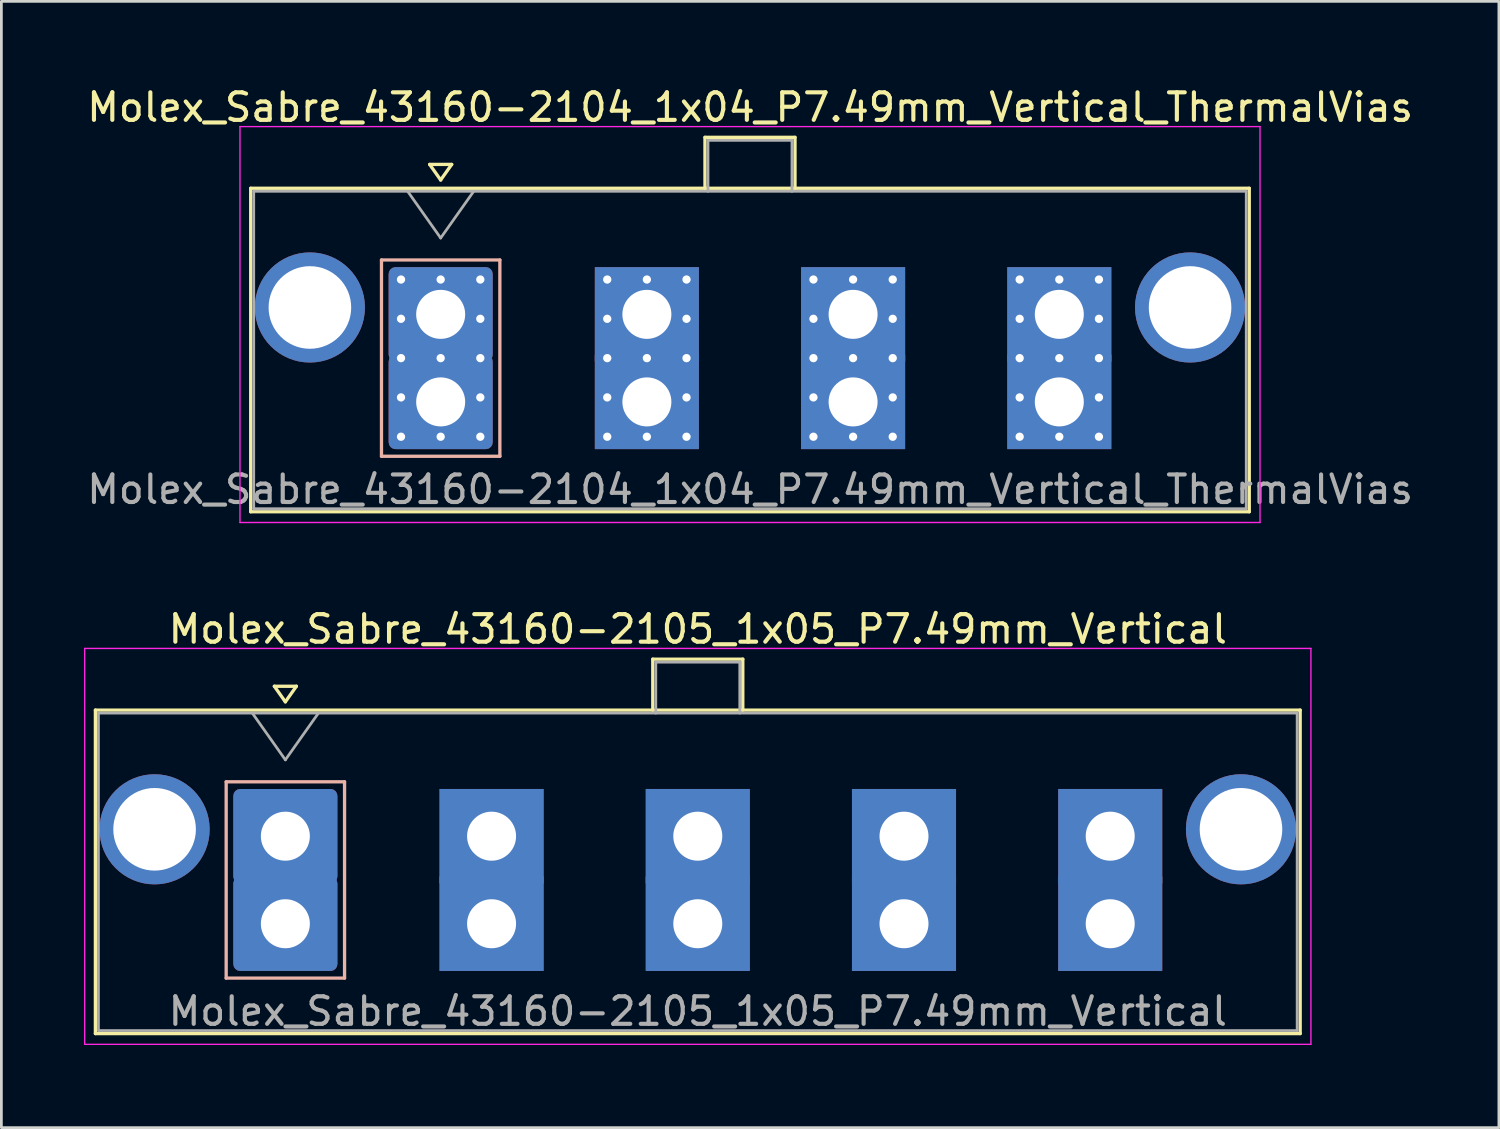
<source format=kicad_pcb>
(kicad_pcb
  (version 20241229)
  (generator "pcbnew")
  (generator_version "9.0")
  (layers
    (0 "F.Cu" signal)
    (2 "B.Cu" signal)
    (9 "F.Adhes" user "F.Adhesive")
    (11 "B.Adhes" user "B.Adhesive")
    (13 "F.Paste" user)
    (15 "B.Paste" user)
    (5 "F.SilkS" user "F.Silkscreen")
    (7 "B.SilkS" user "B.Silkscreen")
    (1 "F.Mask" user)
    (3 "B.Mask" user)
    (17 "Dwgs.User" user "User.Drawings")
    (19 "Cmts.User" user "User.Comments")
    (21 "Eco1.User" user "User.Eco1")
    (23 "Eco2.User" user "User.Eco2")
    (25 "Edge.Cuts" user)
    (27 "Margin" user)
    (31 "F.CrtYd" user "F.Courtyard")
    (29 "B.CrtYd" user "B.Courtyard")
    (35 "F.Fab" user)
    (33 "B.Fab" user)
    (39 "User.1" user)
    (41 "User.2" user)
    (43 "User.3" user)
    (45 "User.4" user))
  (footprint "Molex_Sabre_43160-2105_1x05_P7.49mm_Vertical"
    (layer "F.Cu")
    (at 7.315 30.502)
    (property "Reference" "Molex_Sabre_43160-2105_1x05_P7.49mm_Vertical" (at 14.98 -10.7 0) (layer "F.SilkS") (effects (font (size 1 1) (thickness 0.15))))
    (attr through_hole)
    (fp_line (start -6.9 -7.76) (end -6.9 3.99) (stroke (width 0.12) (type solid)) (layer "F.SilkS"))
    (fp_line (start -6.9 3.99) (end 36.86 3.99) (stroke (width 0.12) (type solid)) (layer "F.SilkS"))
    (fp_line (start -0.4 -8.626) (end 0 -8.06) (stroke (width 0.12) (type solid)) (layer "F.SilkS"))
    (fp_line (start 0 -8.06) (end 0.4 -8.626) (stroke (width 0.12) (type solid)) (layer "F.SilkS"))
    (fp_line (start 0.4 -8.626) (end -0.4 -8.626) (stroke (width 0.12) (type solid)) (layer "F.SilkS"))
    (fp_line (start 13.345 -9.61) (end 16.615 -9.61) (stroke (width 0.12) (type solid)) (layer "F.SilkS"))
    (fp_line (start 13.345 -7.76) (end 13.345 -9.61) (stroke (width 0.12) (type solid)) (layer "F.SilkS"))
    (fp_line (start 16.615 -9.61) (end 16.615 -7.76) (stroke (width 0.12) (type solid)) (layer "F.SilkS"))
    (fp_line (start 36.86 -7.76) (end -6.9 -7.76) (stroke (width 0.12) (type solid)) (layer "F.SilkS"))
    (fp_line (start 36.86 3.99) (end 36.86 -7.76) (stroke (width 0.12) (type solid)) (layer "F.SilkS"))
    (fp_line (start -2.15 -5.155) (end -2.15 1.975) (stroke (width 0.12) (type solid)) (layer "B.SilkS"))
    (fp_line (start -2.15 1.975) (end 2.15 1.975) (stroke (width 0.12) (type solid)) (layer "B.SilkS"))
    (fp_line (start 2.15 -5.155) (end -2.15 -5.155) (stroke (width 0.12) (type solid)) (layer "B.SilkS"))
    (fp_line (start 2.15 1.975) (end 2.15 -5.155) (stroke (width 0.12) (type solid)) (layer "B.SilkS"))
    (fp_line (start -7.29 -10) (end -7.29 4.38) (stroke (width 0.05) (type solid)) (layer "F.CrtYd"))
    (fp_line (start -7.29 4.38) (end 37.25 4.38) (stroke (width 0.05) (type solid)) (layer "F.CrtYd"))
    (fp_line (start 37.25 -10) (end -7.29 -10) (stroke (width 0.05) (type solid)) (layer "F.CrtYd"))
    (fp_line (start 37.25 4.38) (end 37.25 -10) (stroke (width 0.05) (type solid)) (layer "F.CrtYd"))
    (fp_line (start -6.79 -7.65) (end -6.79 3.88) (stroke (width 0.1) (type solid)) (layer "F.Fab"))
    (fp_line (start -6.79 3.88) (end 36.75 3.88) (stroke (width 0.1) (type solid)) (layer "F.Fab"))
    (fp_line (start -1.2 -7.65) (end 0 -5.953) (stroke (width 0.1) (type solid)) (layer "F.Fab"))
    (fp_line (start 0 -5.953) (end 1.2 -7.65) (stroke (width 0.1) (type solid)) (layer "F.Fab"))
    (fp_line (start 13.455 -9.5) (end 16.505 -9.5) (stroke (width 0.1) (type solid)) (layer "F.Fab"))
    (fp_line (start 13.455 -7.65) (end 13.455 -9.5) (stroke (width 0.1) (type solid)) (layer "F.Fab"))
    (fp_line (start 16.505 -9.5) (end 16.505 -7.65) (stroke (width 0.1) (type solid)) (layer "F.Fab"))
    (fp_line (start 36.75 -7.65) (end -6.79 -7.65) (stroke (width 0.1) (type solid)) (layer "F.Fab"))
    (fp_line (start 36.75 3.88) (end 36.75 -7.65) (stroke (width 0.1) (type solid)) (layer "F.Fab"))
    (fp_text user "${REFERENCE}" (at 14.98 3.18 0) (layer "F.Fab") (effects (font (size 1 1) (thickness 0.15))))
    (pad "" thru_hole circle (at -4.75 -3.43) (size 4 4) (drill 3) (layers "*.Cu" "*.Mask"))
    (pad "" thru_hole circle (at 34.71 -3.43) (size 4 4) (drill 3) (layers "*.Cu" "*.Mask"))
    (pad "1" thru_hole roundrect (at 0 -3.18) (size 3.78 3.43) (drill 1.78) (layers "*.Cu" "*.Mask") (roundrect_rratio 0.073))
    (pad "1" thru_hole roundrect (at 0 0) (size 3.78 3.43) (drill 1.78) (layers "*.Cu" "*.Mask") (roundrect_rratio 0.073))
    (pad "2" thru_hole rect (at 7.49 -3.18) (size 3.78 3.43) (drill 1.78) (layers "*.Cu" "*.Mask"))
    (pad "2" thru_hole rect (at 7.49 0) (size 3.78 3.43) (drill 1.78) (layers "*.Cu" "*.Mask"))
    (pad "3" thru_hole rect (at 14.98 -3.18) (size 3.78 3.43) (drill 1.78) (layers "*.Cu" "*.Mask"))
    (pad "3" thru_hole rect (at 14.98 0) (size 3.78 3.43) (drill 1.78) (layers "*.Cu" "*.Mask"))
    (pad "4" thru_hole rect (at 22.47 -3.18) (size 3.78 3.43) (drill 1.78) (layers "*.Cu" "*.Mask"))
    (pad "4" thru_hole rect (at 22.47 0) (size 3.78 3.43) (drill 1.78) (layers "*.Cu" "*.Mask"))
    (pad "5" thru_hole rect (at 29.96 -3.18) (size 3.78 3.43) (drill 1.78) (layers "*.Cu" "*.Mask"))
    (pad "5" thru_hole rect (at 29.96 0) (size 3.78 3.43) (drill 1.78) (layers "*.Cu" "*.Mask")))
  (footprint "Molex_Sabre_43160-2104_1x04_P7.49mm_Vertical_ThermalVias"
    (layer "F.Cu")
    (at 12.956 11.548)
    (property "Reference" "Molex_Sabre_43160-2104_1x04_P7.49mm_Vertical_ThermalVias" (at 11.24 -10.7 0) (layer "F.SilkS") (effects (font (size 1 1) (thickness 0.15))))
    (attr through_hole)
    (fp_line (start -6.9 -7.76) (end -6.9 3.99) (stroke (width 0.12) (type solid)) (layer "F.SilkS"))
    (fp_line (start -6.9 3.99) (end 29.37 3.99) (stroke (width 0.12) (type solid)) (layer "F.SilkS"))
    (fp_line (start -0.4 -8.626) (end 0 -8.06) (stroke (width 0.12) (type solid)) (layer "F.SilkS"))
    (fp_line (start 0 -8.06) (end 0.4 -8.626) (stroke (width 0.12) (type solid)) (layer "F.SilkS"))
    (fp_line (start 0.4 -8.626) (end -0.4 -8.626) (stroke (width 0.12) (type solid)) (layer "F.SilkS"))
    (fp_line (start 9.6 -9.61) (end 12.87 -9.61) (stroke (width 0.12) (type solid)) (layer "F.SilkS"))
    (fp_line (start 9.6 -7.76) (end 9.6 -9.61) (stroke (width 0.12) (type solid)) (layer "F.SilkS"))
    (fp_line (start 12.87 -9.61) (end 12.87 -7.76) (stroke (width 0.12) (type solid)) (layer "F.SilkS"))
    (fp_line (start 29.37 -7.76) (end -6.9 -7.76) (stroke (width 0.12) (type solid)) (layer "F.SilkS"))
    (fp_line (start 29.37 3.99) (end 29.37 -7.76) (stroke (width 0.12) (type solid)) (layer "F.SilkS"))
    (fp_line (start -2.15 -5.155) (end -2.15 1.975) (stroke (width 0.12) (type solid)) (layer "B.SilkS"))
    (fp_line (start -2.15 1.975) (end 2.15 1.975) (stroke (width 0.12) (type solid)) (layer "B.SilkS"))
    (fp_line (start 2.15 -5.155) (end -2.15 -5.155) (stroke (width 0.12) (type solid)) (layer "B.SilkS"))
    (fp_line (start 2.15 1.975) (end 2.15 -5.155) (stroke (width 0.12) (type solid)) (layer "B.SilkS"))
    (fp_line (start -7.29 -10) (end -7.29 4.38) (stroke (width 0.05) (type solid)) (layer "F.CrtYd"))
    (fp_line (start -7.29 4.38) (end 29.76 4.38) (stroke (width 0.05) (type solid)) (layer "F.CrtYd"))
    (fp_line (start 29.76 -10) (end -7.29 -10) (stroke (width 0.05) (type solid)) (layer "F.CrtYd"))
    (fp_line (start 29.76 4.38) (end 29.76 -10) (stroke (width 0.05) (type solid)) (layer "F.CrtYd"))
    (fp_line (start -6.79 -7.65) (end -6.79 3.88) (stroke (width 0.1) (type solid)) (layer "F.Fab"))
    (fp_line (start -6.79 3.88) (end 29.26 3.88) (stroke (width 0.1) (type solid)) (layer "F.Fab"))
    (fp_line (start -1.2 -7.65) (end 0 -5.953) (stroke (width 0.1) (type solid)) (layer "F.Fab"))
    (fp_line (start 0 -5.953) (end 1.2 -7.65) (stroke (width 0.1) (type solid)) (layer "F.Fab"))
    (fp_line (start 9.71 -9.5) (end 12.76 -9.5) (stroke (width 0.1) (type solid)) (layer "F.Fab"))
    (fp_line (start 9.71 -7.65) (end 9.71 -9.5) (stroke (width 0.1) (type solid)) (layer "F.Fab"))
    (fp_line (start 12.76 -9.5) (end 12.76 -7.65) (stroke (width 0.1) (type solid)) (layer "F.Fab"))
    (fp_line (start 29.26 -7.65) (end -6.79 -7.65) (stroke (width 0.1) (type solid)) (layer "F.Fab"))
    (fp_line (start 29.26 3.88) (end 29.26 -7.65) (stroke (width 0.1) (type solid)) (layer "F.Fab"))
    (fp_text user "${REFERENCE}" (at 11.24 3.18 0) (layer "F.Fab") (effects (font (size 1 1) (thickness 0.15))))
    (pad "" thru_hole circle (at -4.75 -3.43) (size 4 4) (drill 3) (layers "*.Cu" "*.Mask"))
    (pad "" thru_hole circle (at 27.22 -3.43) (size 4 4) (drill 3) (layers "*.Cu" "*.Mask"))
    (pad "1" thru_hole roundrect (at -1.44 -4.445) (size 0.6 0.6) (drill 0.3) (layers "*.Cu" "*.Mask") (roundrect_rratio 0.25))
    (pad "1" thru_hole roundrect (at -1.44 -3.018) (size 0.6 0.6) (drill 0.3) (layers "*.Cu" "*.Mask") (roundrect_rratio 0.25))
    (pad "1" thru_hole roundrect (at -1.44 -1.59) (size 0.6 0.6) (drill 0.3) (layers "*.Cu" "*.Mask") (roundrect_rratio 0.25))
    (pad "1" thru_hole roundrect (at -1.44 -0.163) (size 0.6 0.6) (drill 0.3) (layers "*.Cu" "*.Mask") (roundrect_rratio 0.25))
    (pad "1" thru_hole roundrect (at -1.44 1.265) (size 0.6 0.6) (drill 0.3) (layers "*.Cu" "*.Mask") (roundrect_rratio 0.25))
    (pad "1" thru_hole roundrect (at 0 -4.445) (size 0.6 0.6) (drill 0.3) (layers "*.Cu" "*.Mask") (roundrect_rratio 0.25))
    (pad "1" thru_hole roundrect (at 0 -3.18) (size 3.78 3.43) (drill 1.78) (layers "*.Cu" "*.Mask") (roundrect_rratio 0.073))
    (pad "1" thru_hole roundrect (at 0 -1.59) (size 0.6 0.6) (drill 0.3) (layers "*.Cu" "*.Mask") (roundrect_rratio 0.25))
    (pad "1" thru_hole roundrect (at 0 0) (size 3.78 3.43) (drill 1.78) (layers "*.Cu" "*.Mask") (roundrect_rratio 0.073))
    (pad "1" thru_hole roundrect (at 0 1.265) (size 0.6 0.6) (drill 0.3) (layers "*.Cu" "*.Mask") (roundrect_rratio 0.25))
    (pad "1" thru_hole roundrect (at 1.44 -4.445) (size 0.6 0.6) (drill 0.3) (layers "*.Cu" "*.Mask") (roundrect_rratio 0.25))
    (pad "1" thru_hole roundrect (at 1.44 -3.018) (size 0.6 0.6) (drill 0.3) (layers "*.Cu" "*.Mask") (roundrect_rratio 0.25))
    (pad "1" thru_hole roundrect (at 1.44 -1.59) (size 0.6 0.6) (drill 0.3) (layers "*.Cu" "*.Mask") (roundrect_rratio 0.25))
    (pad "1" thru_hole roundrect (at 1.44 -0.163) (size 0.6 0.6) (drill 0.3) (layers "*.Cu" "*.Mask") (roundrect_rratio 0.25))
    (pad "1" thru_hole roundrect (at 1.44 1.265) (size 0.6 0.6) (drill 0.3) (layers "*.Cu" "*.Mask") (roundrect_rratio 0.25))
    (pad "2" thru_hole circle (at 6.05 -4.445) (size 0.6 0.6) (drill 0.3) (layers "*.Cu" "*.Mask"))
    (pad "2" thru_hole circle (at 6.05 -3.018) (size 0.6 0.6) (drill 0.3) (layers "*.Cu" "*.Mask"))
    (pad "2" thru_hole circle (at 6.05 -1.59) (size 0.6 0.6) (drill 0.3) (layers "*.Cu" "*.Mask"))
    (pad "2" thru_hole circle (at 6.05 -0.163) (size 0.6 0.6) (drill 0.3) (layers "*.Cu" "*.Mask"))
    (pad "2" thru_hole circle (at 6.05 1.265) (size 0.6 0.6) (drill 0.3) (layers "*.Cu" "*.Mask"))
    (pad "2" thru_hole circle (at 7.49 -4.445) (size 0.6 0.6) (drill 0.3) (layers "*.Cu" "*.Mask"))
    (pad "2" thru_hole rect (at 7.49 -3.18) (size 3.78 3.43) (drill 1.78) (layers "*.Cu" "*.Mask"))
    (pad "2" thru_hole circle (at 7.49 -1.59) (size 0.6 0.6) (drill 0.3) (layers "*.Cu" "*.Mask"))
    (pad "2" thru_hole rect (at 7.49 0) (size 3.78 3.43) (drill 1.78) (layers "*.Cu" "*.Mask"))
    (pad "2" thru_hole circle (at 7.49 1.265) (size 0.6 0.6) (drill 0.3) (layers "*.Cu" "*.Mask"))
    (pad "2" thru_hole circle (at 8.93 -4.445) (size 0.6 0.6) (drill 0.3) (layers "*.Cu" "*.Mask"))
    (pad "2" thru_hole circle (at 8.93 -3.018) (size 0.6 0.6) (drill 0.3) (layers "*.Cu" "*.Mask"))
    (pad "2" thru_hole circle (at 8.93 -1.59) (size 0.6 0.6) (drill 0.3) (layers "*.Cu" "*.Mask"))
    (pad "2" thru_hole circle (at 8.93 -0.163) (size 0.6 0.6) (drill 0.3) (layers "*.Cu" "*.Mask"))
    (pad "2" thru_hole circle (at 8.93 1.265) (size 0.6 0.6) (drill 0.3) (layers "*.Cu" "*.Mask"))
    (pad "3" thru_hole circle (at 13.54 -4.445) (size 0.6 0.6) (drill 0.3) (layers "*.Cu" "*.Mask"))
    (pad "3" thru_hole circle (at 13.54 -3.018) (size 0.6 0.6) (drill 0.3) (layers "*.Cu" "*.Mask"))
    (pad "3" thru_hole circle (at 13.54 -1.59) (size 0.6 0.6) (drill 0.3) (layers "*.Cu" "*.Mask"))
    (pad "3" thru_hole circle (at 13.54 -0.163) (size 0.6 0.6) (drill 0.3) (layers "*.Cu" "*.Mask"))
    (pad "3" thru_hole circle (at 13.54 1.265) (size 0.6 0.6) (drill 0.3) (layers "*.Cu" "*.Mask"))
    (pad "3" thru_hole circle (at 14.98 -4.445) (size 0.6 0.6) (drill 0.3) (layers "*.Cu" "*.Mask"))
    (pad "3" thru_hole rect (at 14.98 -3.18) (size 3.78 3.43) (drill 1.78) (layers "*.Cu" "*.Mask"))
    (pad "3" thru_hole circle (at 14.98 -1.59) (size 0.6 0.6) (drill 0.3) (layers "*.Cu" "*.Mask"))
    (pad "3" thru_hole rect (at 14.98 0) (size 3.78 3.43) (drill 1.78) (layers "*.Cu" "*.Mask"))
    (pad "3" thru_hole circle (at 14.98 1.265) (size 0.6 0.6) (drill 0.3) (layers "*.Cu" "*.Mask"))
    (pad "3" thru_hole circle (at 16.42 -4.445) (size 0.6 0.6) (drill 0.3) (layers "*.Cu" "*.Mask"))
    (pad "3" thru_hole circle (at 16.42 -3.018) (size 0.6 0.6) (drill 0.3) (layers "*.Cu" "*.Mask"))
    (pad "3" thru_hole circle (at 16.42 -1.59) (size 0.6 0.6) (drill 0.3) (layers "*.Cu" "*.Mask"))
    (pad "3" thru_hole circle (at 16.42 -0.163) (size 0.6 0.6) (drill 0.3) (layers "*.Cu" "*.Mask"))
    (pad "3" thru_hole circle (at 16.42 1.265) (size 0.6 0.6) (drill 0.3) (layers "*.Cu" "*.Mask"))
    (pad "4" thru_hole circle (at 21.03 -4.445) (size 0.6 0.6) (drill 0.3) (layers "*.Cu" "*.Mask"))
    (pad "4" thru_hole circle (at 21.03 -3.018) (size 0.6 0.6) (drill 0.3) (layers "*.Cu" "*.Mask"))
    (pad "4" thru_hole circle (at 21.03 -1.59) (size 0.6 0.6) (drill 0.3) (layers "*.Cu" "*.Mask"))
    (pad "4" thru_hole circle (at 21.03 -0.163) (size 0.6 0.6) (drill 0.3) (layers "*.Cu" "*.Mask"))
    (pad "4" thru_hole circle (at 21.03 1.265) (size 0.6 0.6) (drill 0.3) (layers "*.Cu" "*.Mask"))
    (pad "4" thru_hole circle (at 22.47 -4.445) (size 0.6 0.6) (drill 0.3) (layers "*.Cu" "*.Mask"))
    (pad "4" thru_hole rect (at 22.47 -3.18) (size 3.78 3.43) (drill 1.78) (layers "*.Cu" "*.Mask"))
    (pad "4" thru_hole circle (at 22.47 -1.59) (size 0.6 0.6) (drill 0.3) (layers "*.Cu" "*.Mask"))
    (pad "4" thru_hole rect (at 22.47 0) (size 3.78 3.43) (drill 1.78) (layers "*.Cu" "*.Mask"))
    (pad "4" thru_hole circle (at 22.47 1.265) (size 0.6 0.6) (drill 0.3) (layers "*.Cu" "*.Mask"))
    (pad "4" thru_hole circle (at 23.91 -4.445) (size 0.6 0.6) (drill 0.3) (layers "*.Cu" "*.Mask"))
    (pad "4" thru_hole circle (at 23.91 -3.018) (size 0.6 0.6) (drill 0.3) (layers "*.Cu" "*.Mask"))
    (pad "4" thru_hole circle (at 23.91 -1.59) (size 0.6 0.6) (drill 0.3) (layers "*.Cu" "*.Mask"))
    (pad "4" thru_hole circle (at 23.91 -0.163) (size 0.6 0.6) (drill 0.3) (layers "*.Cu" "*.Mask"))
    (pad "4" thru_hole circle (at 23.91 1.265) (size 0.6 0.6) (drill 0.3) (layers "*.Cu" "*.Mask")))
  (gr_rect
    (start -3 -3)
    (end 51.393 37.907)
    (stroke (width 0.1) (type default))
    (fill no)
    (layer "Edge.Cuts")))
</source>
